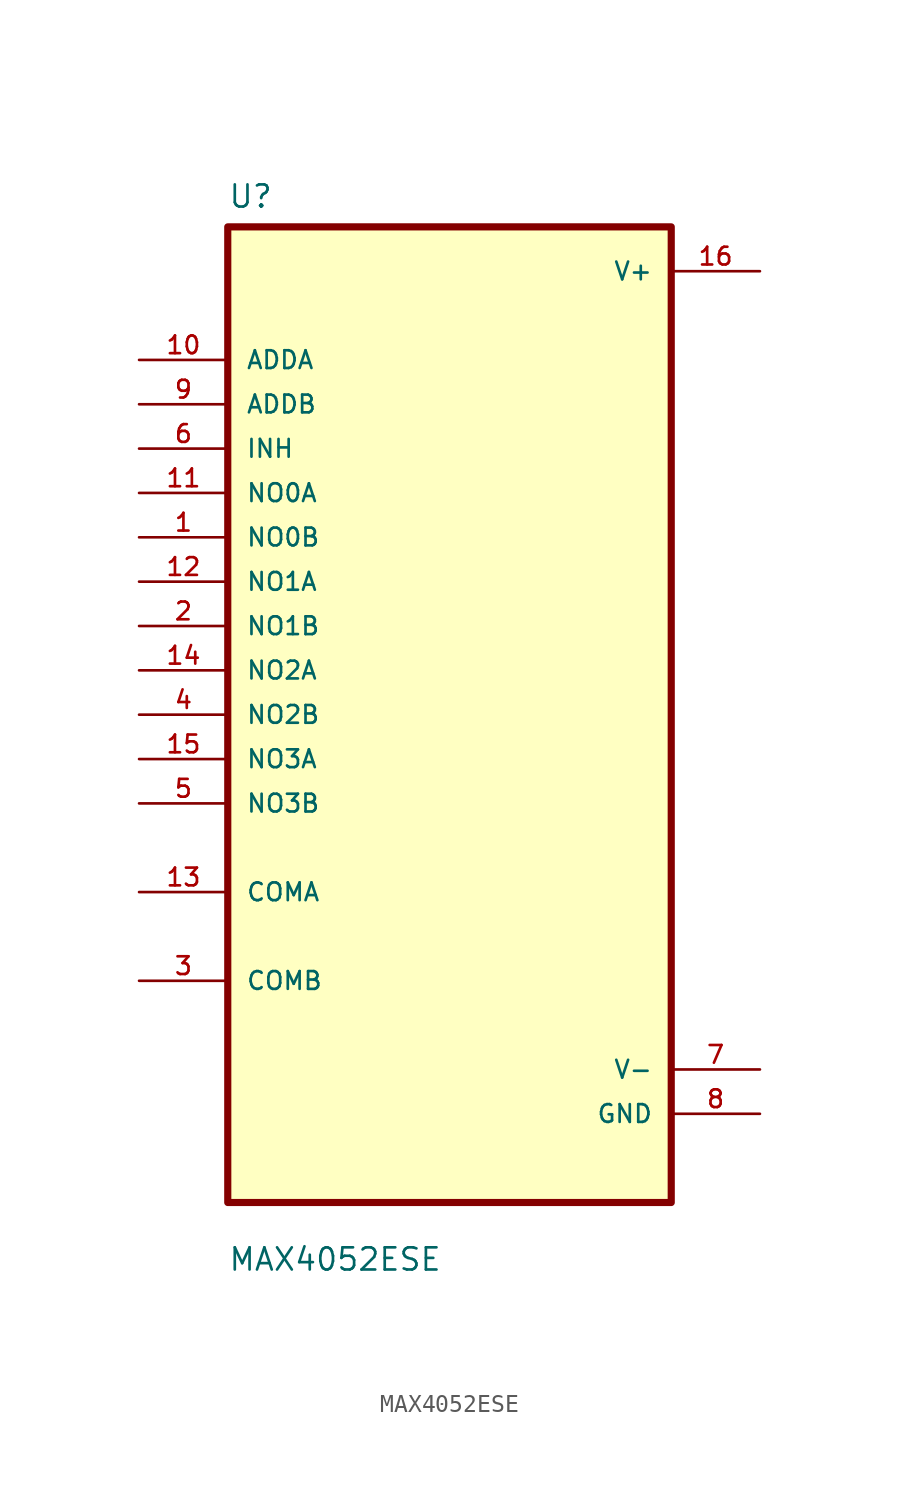
<source format=kicad_sym>
(kicad_symbol_lib
  (version 20211014)
  (generator kicad_symbol_editor)
  (symbol "MAX4052ESE"
    (pin_names
      (offset 1.016))
    (property "Reference" "U"
      (at -12.7 28.94 0.0)
      (effects (font (size 1.27 1.27)) (justify bottom left)))
    (property "Value" "MAX4052ESE"
      (at -12.7 -31.94 0.0)
      (effects (font (size 1.27 1.27)) (justify bottom left)))
    (symbol "MAX4052ESE_0_0"
      (rectangle (start -12.7 -27.94) (end 12.7 27.94) (stroke (width 0.41)) (fill (type background)))
      (pin input line (at -17.78 20.32 0) (length 5.08) (name "ADDA" (effects (font (size 1.016 1.016)))) (number "10" (effects (font (size 1.016 1.016)))))
      (pin input line (at -17.78 17.78 0) (length 5.08) (name "ADDB" (effects (font (size 1.016 1.016)))) (number "9" (effects (font (size 1.016 1.016)))))
      (pin input line (at -17.78 15.24 0) (length 5.08) (name "INH" (effects (font (size 1.016 1.016)))) (number "6" (effects (font (size 1.016 1.016)))))
      (pin input line (at -17.78 12.7 0) (length 5.08) (name "NO0A" (effects (font (size 1.016 1.016)))) (number "11" (effects (font (size 1.016 1.016)))))
      (pin input line (at -17.78 10.16 0) (length 5.08) (name "NO0B" (effects (font (size 1.016 1.016)))) (number "1" (effects (font (size 1.016 1.016)))))
      (pin input line (at -17.78 7.62 0) (length 5.08) (name "NO1A" (effects (font (size 1.016 1.016)))) (number "12" (effects (font (size 1.016 1.016)))))
      (pin input line (at -17.78 5.08 0) (length 5.08) (name "NO1B" (effects (font (size 1.016 1.016)))) (number "2" (effects (font (size 1.016 1.016)))))
      (pin input line (at -17.78 2.54 0) (length 5.08) (name "NO2A" (effects (font (size 1.016 1.016)))) (number "14" (effects (font (size 1.016 1.016)))))
      (pin input line (at -17.78 3.55271e-15 0) (length 5.08) (name "NO2B" (effects (font (size 1.016 1.016)))) (number "4" (effects (font (size 1.016 1.016)))))
      (pin input line (at -17.78 -2.54 0) (length 5.08) (name "NO3A" (effects (font (size 1.016 1.016)))) (number "15" (effects (font (size 1.016 1.016)))))
      (pin input line (at -17.78 -5.08 0) (length 5.08) (name "NO3B" (effects (font (size 1.016 1.016)))) (number "5" (effects (font (size 1.016 1.016)))))
      (pin bidirectional line (at -17.78 -10.16 0) (length 5.08) (name "COMA" (effects (font (size 1.016 1.016)))) (number "13" (effects (font (size 1.016 1.016)))))
      (pin bidirectional line (at -17.78 -15.24 0) (length 5.08) (name "COMB" (effects (font (size 1.016 1.016)))) (number "3" (effects (font (size 1.016 1.016)))))
      (pin power_in line (at 17.78 25.4 180.0) (length 5.08) (name "V+" (effects (font (size 1.016 1.016)))) (number "16" (effects (font (size 1.016 1.016)))))
      (pin power_in line (at 17.78 -20.32 180.0) (length 5.08) (name "V-" (effects (font (size 1.016 1.016)))) (number "7" (effects (font (size 1.016 1.016)))))
      (pin power_in line (at 17.78 -22.86 180.0) (length 5.08) (name "GND" (effects (font (size 1.016 1.016)))) (number "8" (effects (font (size 1.016 1.016))))))))
</source>
